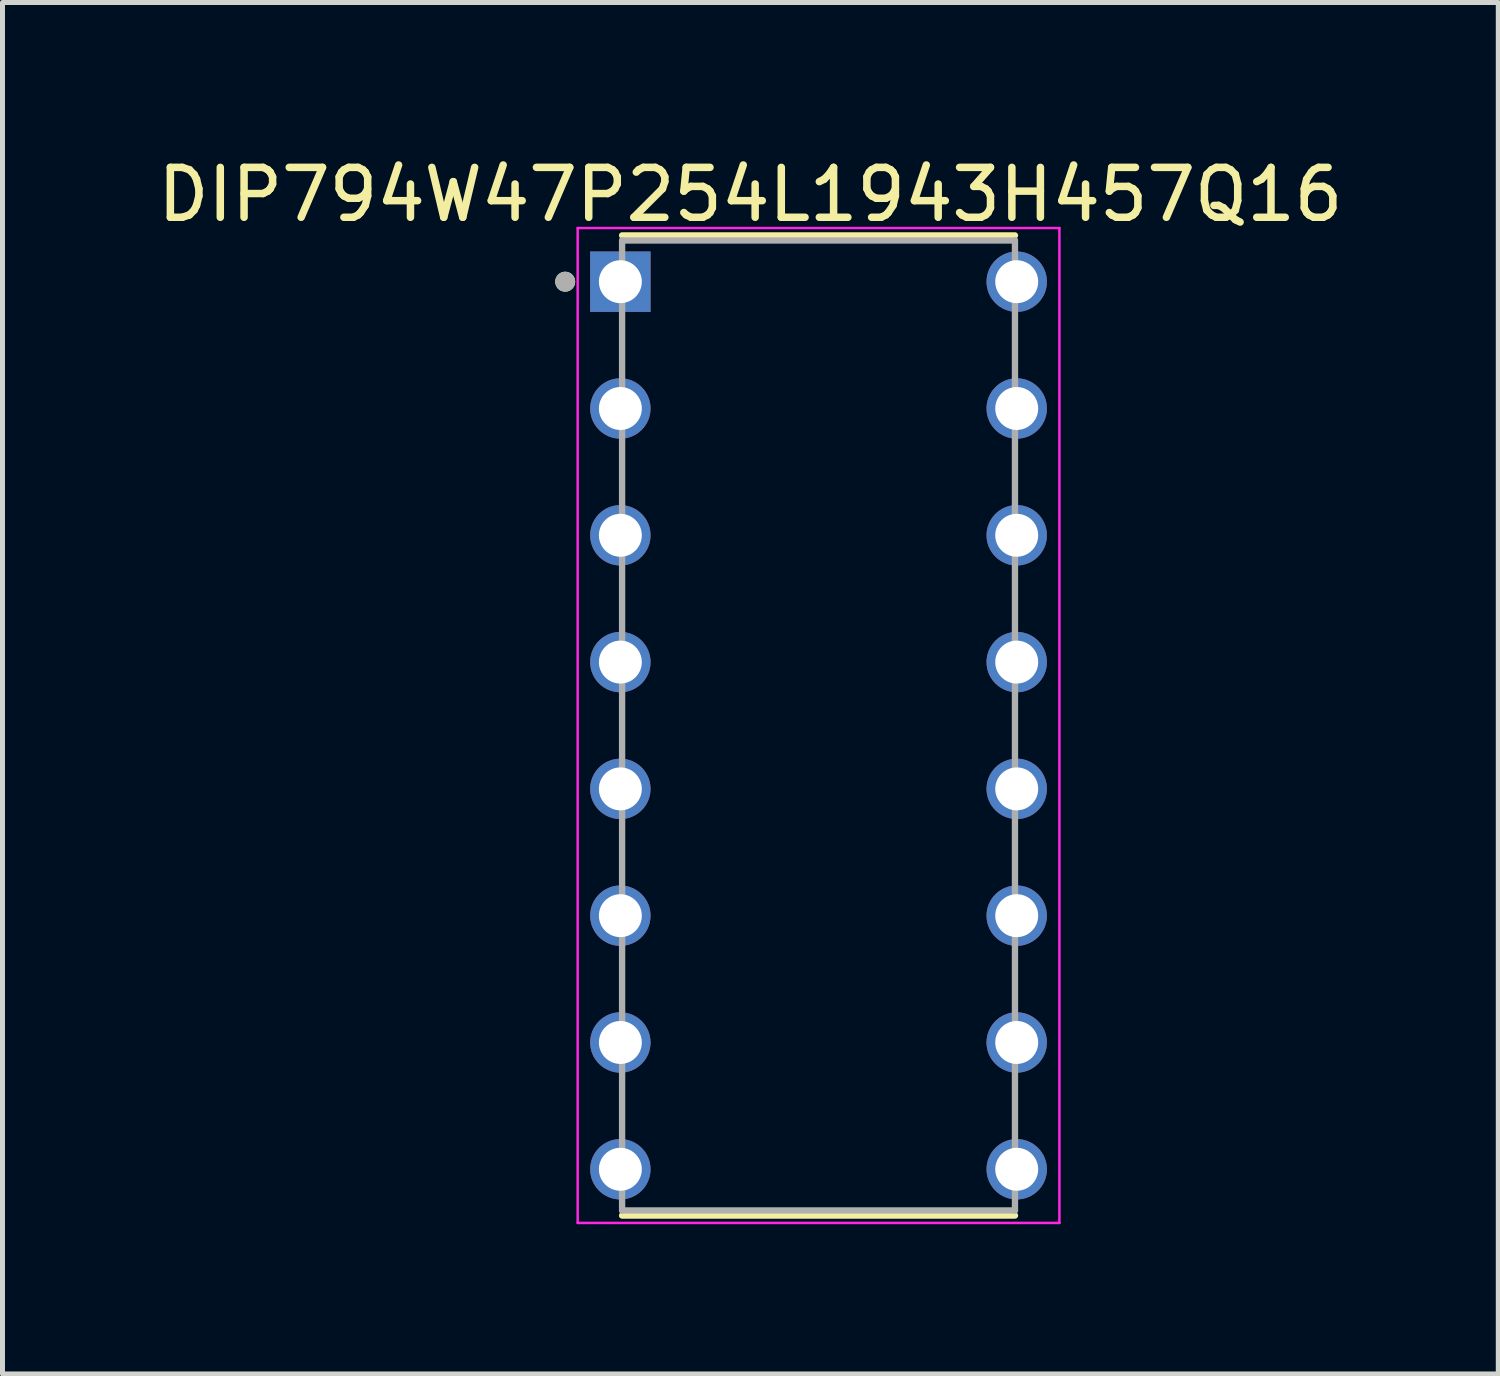
<source format=kicad_pcb>
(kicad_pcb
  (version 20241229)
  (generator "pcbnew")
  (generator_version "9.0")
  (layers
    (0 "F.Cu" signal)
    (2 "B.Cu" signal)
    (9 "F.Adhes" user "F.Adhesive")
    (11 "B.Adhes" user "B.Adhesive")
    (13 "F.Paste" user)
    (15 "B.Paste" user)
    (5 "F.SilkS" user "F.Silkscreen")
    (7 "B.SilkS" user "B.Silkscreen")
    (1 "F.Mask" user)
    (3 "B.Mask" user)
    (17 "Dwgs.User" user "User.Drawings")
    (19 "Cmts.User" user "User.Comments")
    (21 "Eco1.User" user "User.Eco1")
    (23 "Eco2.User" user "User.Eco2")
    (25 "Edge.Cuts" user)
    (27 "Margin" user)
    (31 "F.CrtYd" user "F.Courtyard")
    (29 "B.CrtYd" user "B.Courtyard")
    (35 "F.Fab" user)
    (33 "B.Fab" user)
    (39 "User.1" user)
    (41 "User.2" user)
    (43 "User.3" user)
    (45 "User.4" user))
  (footprint "DIP794W47P254L1943H457Q16"
    (layer "F.Cu")
    (at 13.347 11.483)
    (property "Reference" "DIP794W47P254L1943H457Q16" (at -1.365 -10.635 0) (layer "F.SilkS") (effects (font (size 1 1) (thickness 0.15))))
    (attr through_hole)
    (fp_line (start -3.935 -9.817) (end 3.935 -9.817) (stroke (width 0.127) (type solid)) (layer "F.SilkS"))
    (fp_line (start -3.935 9.817) (end 3.935 9.817) (stroke (width 0.127) (type solid)) (layer "F.SilkS"))
    (fp_circle (center -5.075 -8.89) (end -4.975 -8.89) (stroke (width 0.2) (type solid)) (fill no) (layer "F.SilkS"))
    (fp_line (start -4.825 -9.965) (end -4.825 9.965) (stroke (width 0.05) (type solid)) (layer "F.CrtYd"))
    (fp_line (start 4.825 -9.965) (end -4.825 -9.965) (stroke (width 0.05) (type solid)) (layer "F.CrtYd"))
    (fp_line (start 4.825 -9.965) (end 4.825 9.965) (stroke (width 0.05) (type solid)) (layer "F.CrtYd"))
    (fp_line (start 4.825 9.965) (end -4.825 9.965) (stroke (width 0.05) (type solid)) (layer "F.CrtYd"))
    (fp_line (start -3.935 -9.715) (end -3.935 9.715) (stroke (width 0.127) (type solid)) (layer "F.Fab"))
    (fp_line (start -3.935 -9.715) (end 3.935 -9.715) (stroke (width 0.127) (type solid)) (layer "F.Fab"))
    (fp_line (start -3.935 9.715) (end 3.935 9.715) (stroke (width 0.127) (type solid)) (layer "F.Fab"))
    (fp_line (start 3.935 -9.715) (end 3.935 9.715) (stroke (width 0.127) (type solid)) (layer "F.Fab"))
    (fp_circle (center -5.075 -8.89) (end -4.975 -8.89) (stroke (width 0.2) (type solid)) (fill no) (layer "F.Fab"))
    (pad "1" thru_hole rect (at -3.97 -8.89) (size 1.21 1.21) (drill 0.86) (layers "*.Cu" "*.Mask"))
    (pad "2" thru_hole circle (at -3.97 -6.35) (size 1.21 1.21) (drill 0.86) (layers "*.Cu" "*.Mask"))
    (pad "3" thru_hole circle (at -3.97 -3.81) (size 1.21 1.21) (drill 0.86) (layers "*.Cu" "*.Mask"))
    (pad "4" thru_hole circle (at -3.97 -1.27) (size 1.21 1.21) (drill 0.86) (layers "*.Cu" "*.Mask"))
    (pad "5" thru_hole circle (at -3.97 1.27) (size 1.21 1.21) (drill 0.86) (layers "*.Cu" "*.Mask"))
    (pad "6" thru_hole circle (at -3.97 3.81) (size 1.21 1.21) (drill 0.86) (layers "*.Cu" "*.Mask"))
    (pad "7" thru_hole circle (at -3.97 6.35) (size 1.21 1.21) (drill 0.86) (layers "*.Cu" "*.Mask"))
    (pad "8" thru_hole circle (at -3.97 8.89) (size 1.21 1.21) (drill 0.86) (layers "*.Cu" "*.Mask"))
    (pad "9" thru_hole circle (at 3.97 8.89) (size 1.21 1.21) (drill 0.86) (layers "*.Cu" "*.Mask"))
    (pad "10" thru_hole circle (at 3.97 6.35) (size 1.21 1.21) (drill 0.86) (layers "*.Cu" "*.Mask"))
    (pad "11" thru_hole circle (at 3.97 3.81) (size 1.21 1.21) (drill 0.86) (layers "*.Cu" "*.Mask"))
    (pad "12" thru_hole circle (at 3.97 1.27) (size 1.21 1.21) (drill 0.86) (layers "*.Cu" "*.Mask"))
    (pad "13" thru_hole circle (at 3.97 -1.27) (size 1.21 1.21) (drill 0.86) (layers "*.Cu" "*.Mask"))
    (pad "14" thru_hole circle (at 3.97 -3.81) (size 1.21 1.21) (drill 0.86) (layers "*.Cu" "*.Mask"))
    (pad "15" thru_hole circle (at 3.97 -6.35) (size 1.21 1.21) (drill 0.86) (layers "*.Cu" "*.Mask"))
    (pad "16" thru_hole circle (at 3.97 -8.89) (size 1.21 1.21) (drill 0.86) (layers "*.Cu" "*.Mask")))
  (gr_rect
    (start -3 -3)
    (end 26.964 24.473)
    (stroke (width 0.1) (type default))
    (fill no)
    (layer "Edge.Cuts")))
</source>
